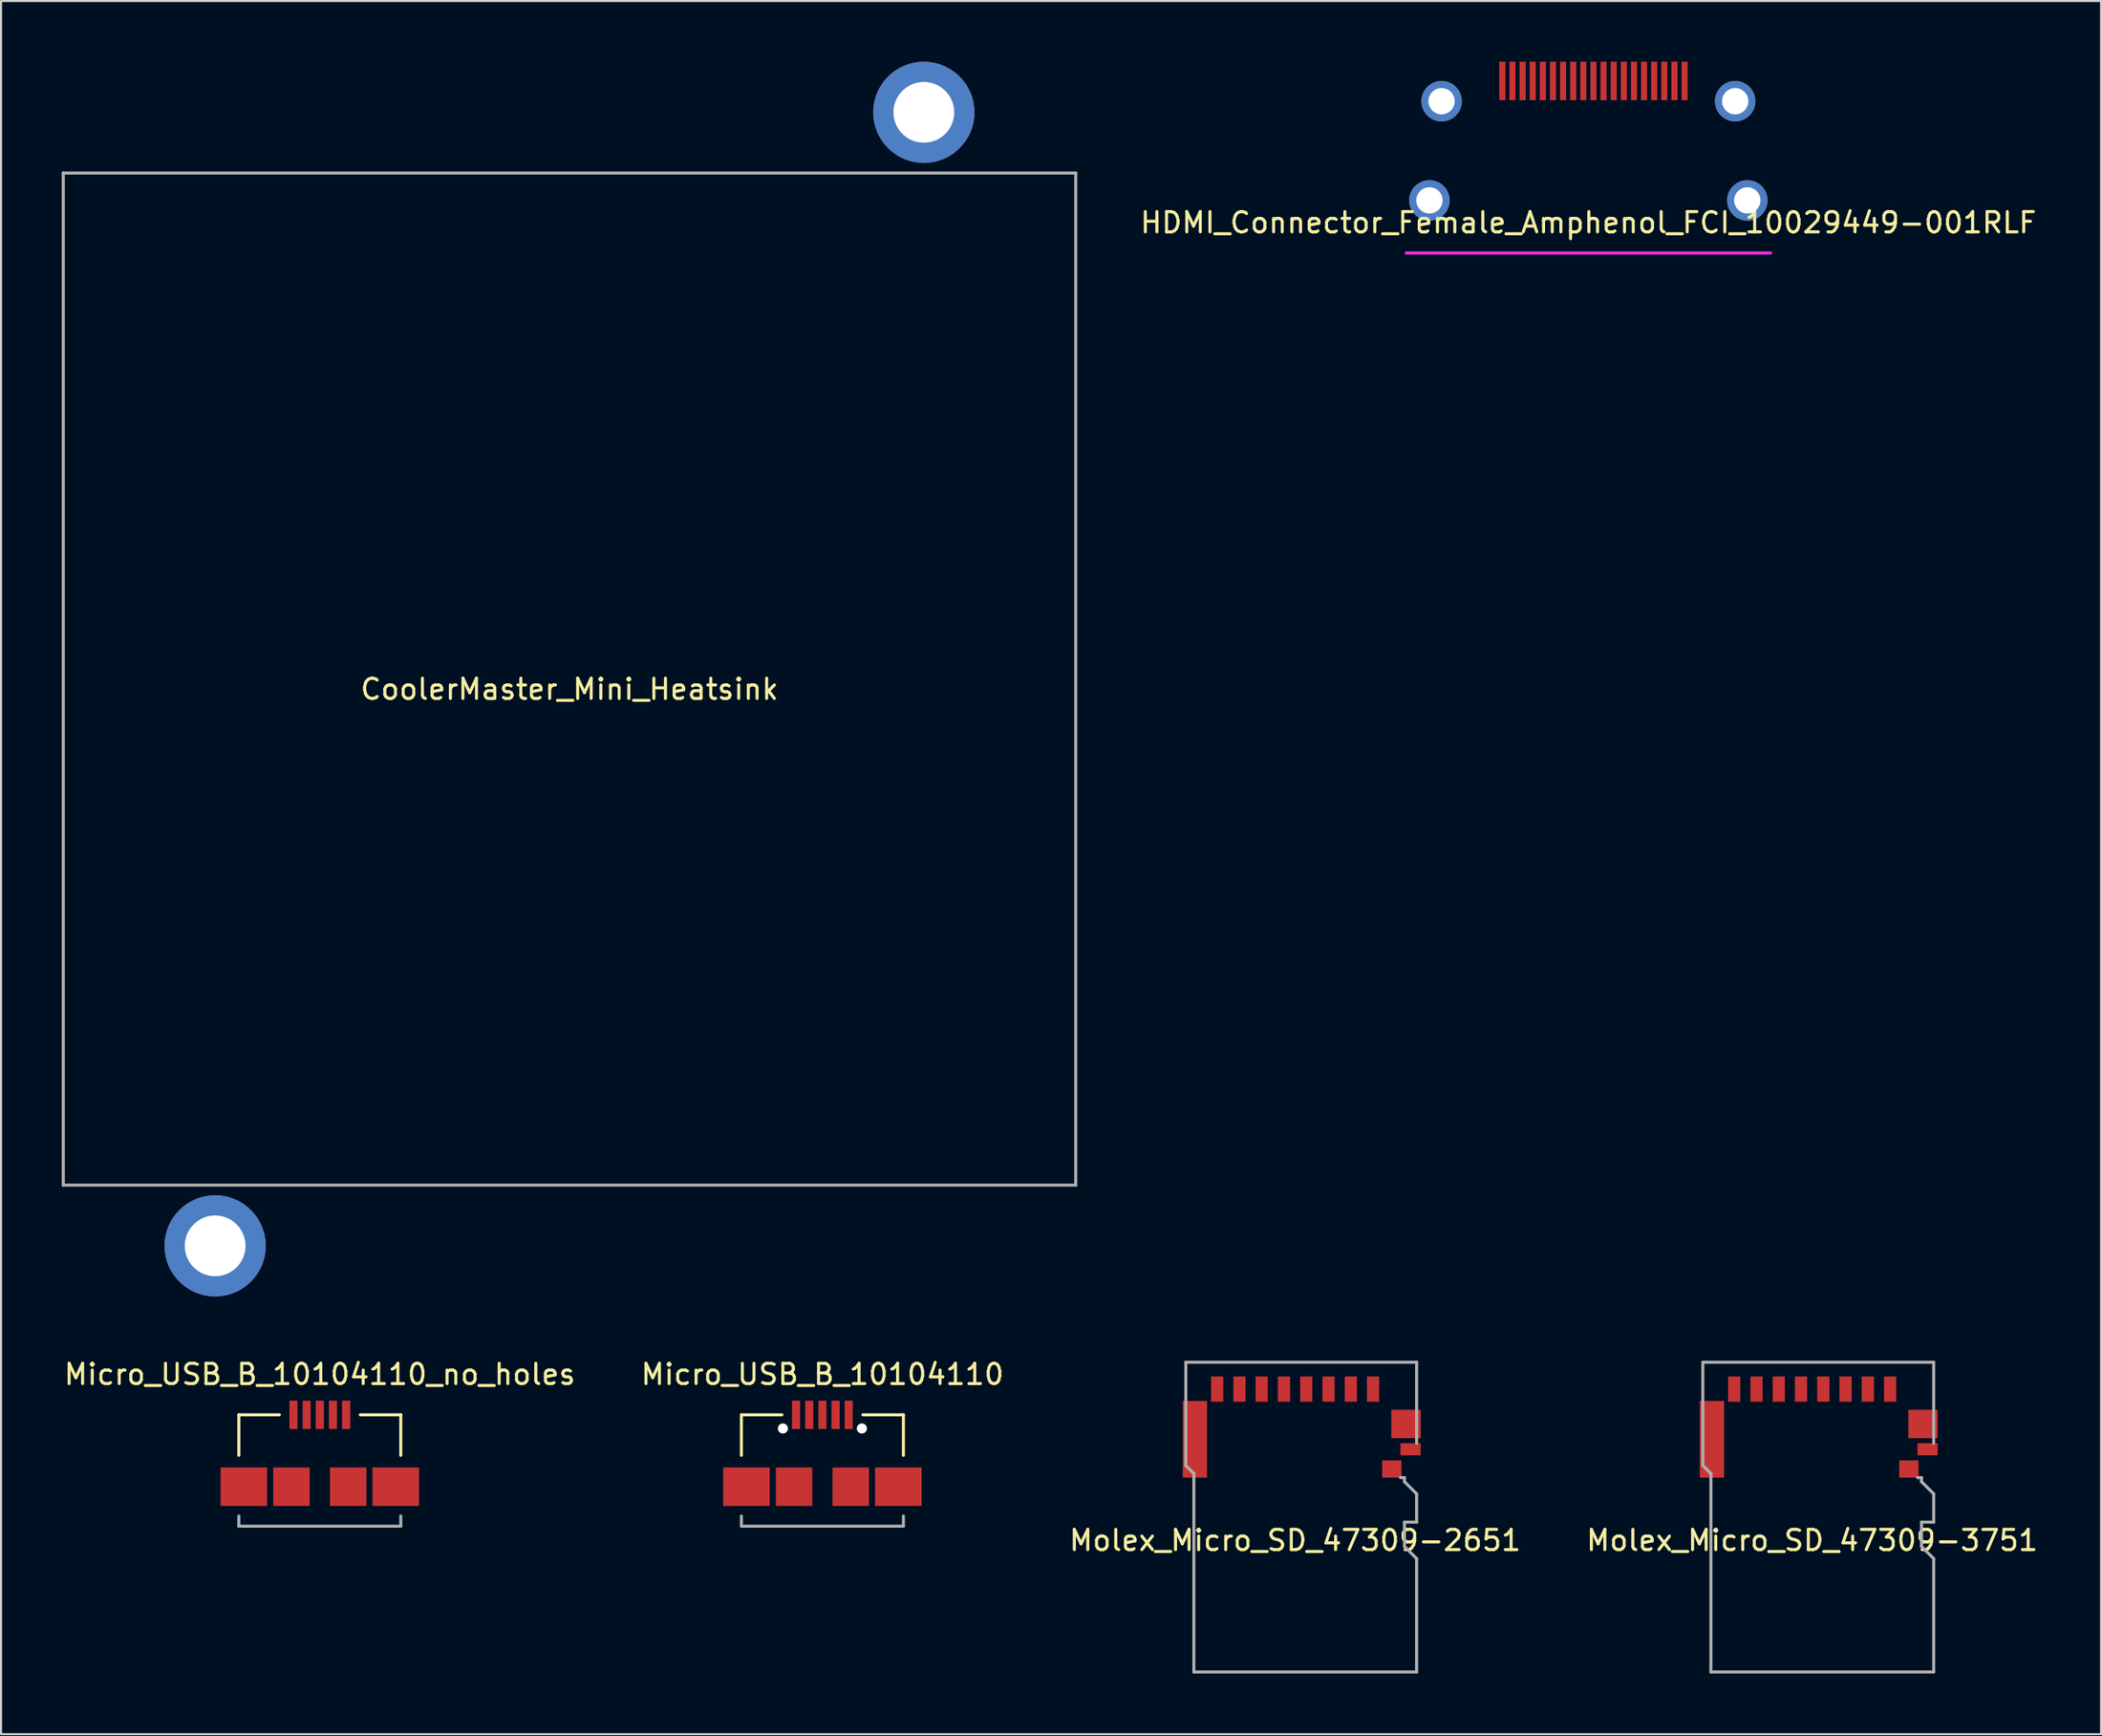
<source format=kicad_pcb>
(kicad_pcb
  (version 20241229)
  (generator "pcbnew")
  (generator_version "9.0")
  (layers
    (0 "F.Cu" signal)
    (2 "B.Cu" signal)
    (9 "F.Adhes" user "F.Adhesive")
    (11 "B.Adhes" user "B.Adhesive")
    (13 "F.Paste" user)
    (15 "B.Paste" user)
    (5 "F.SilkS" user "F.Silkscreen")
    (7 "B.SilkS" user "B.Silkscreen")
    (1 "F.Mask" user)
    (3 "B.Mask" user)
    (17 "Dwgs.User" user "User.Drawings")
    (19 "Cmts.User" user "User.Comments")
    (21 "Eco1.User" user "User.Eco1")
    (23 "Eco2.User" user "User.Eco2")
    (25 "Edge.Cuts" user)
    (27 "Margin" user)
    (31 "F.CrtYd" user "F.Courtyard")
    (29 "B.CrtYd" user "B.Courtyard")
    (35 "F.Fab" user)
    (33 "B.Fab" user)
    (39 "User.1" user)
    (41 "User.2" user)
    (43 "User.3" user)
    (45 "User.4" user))
  (footprint "Molex_Micro_SD_47309-2651"
    (layer "F.Cu")
    (at 60.911 64.25)
    (property "Reference" "Molex_Micro_SD_47309-2651" (at 0 8.8 0) (layer "F.SilkS") (effects (font (size 1 1) (thickness 0.15))))
    (attr through_hole)
    (fp_line (start -5.4 0) (end -5.4 5.1) (stroke (width 0.15) (type solid)) (layer "F.Fab"))
    (fp_line (start -5.4 5.1) (end -5 5.5) (stroke (width 0.15) (type solid)) (layer "F.Fab"))
    (fp_line (start -5 15.3) (end -5 5.5) (stroke (width 0.15) (type solid)) (layer "F.Fab"))
    (fp_line (start -5 15.3) (end 6 15.3) (stroke (width 0.15) (type solid)) (layer "F.Fab"))
    (fp_line (start 5.2 5.7) (end 5.4 5.7) (stroke (width 0.15) (type solid)) (layer "F.Fab"))
    (fp_line (start 5.4 5.7) (end 5.4 5.9) (stroke (width 0.15) (type solid)) (layer "F.Fab"))
    (fp_line (start 5.4 5.9) (end 6 6.5) (stroke (width 0.15) (type solid)) (layer "F.Fab"))
    (fp_line (start 5.4 7.9) (end 5.4 9.1) (stroke (width 0.15) (type solid)) (layer "F.Fab"))
    (fp_line (start 5.4 9.1) (end 6 9.7) (stroke (width 0.15) (type solid)) (layer "F.Fab"))
    (fp_line (start 6 0) (end -5.4 0) (stroke (width 0.15) (type solid)) (layer "F.Fab"))
    (fp_line (start 6 0) (end 6 4) (stroke (width 0.15) (type solid)) (layer "F.Fab"))
    (fp_line (start 6 6.5) (end 6 7.9) (stroke (width 0.15) (type solid)) (layer "F.Fab"))
    (fp_line (start 6 7.9) (end 5.4 7.9) (stroke (width 0.15) (type solid)) (layer "F.Fab"))
    (fp_line (start 6 9.7) (end 6 15.3) (stroke (width 0.15) (type solid)) (layer "F.Fab"))
    (pad "1" smd rect (at 3.85 1.325) (size 0.6 1.25) (layers "F.Cu" "F.Mask" "F.Paste"))
    (pad "2" smd rect (at 2.75 1.325) (size 0.6 1.25) (layers "F.Cu" "F.Mask" "F.Paste"))
    (pad "3" smd rect (at 1.65 1.325) (size 0.6 1.25) (layers "F.Cu" "F.Mask" "F.Paste"))
    (pad "4" smd rect (at 0.55 1.325) (size 0.6 1.25) (layers "F.Cu" "F.Mask" "F.Paste"))
    (pad "5" smd rect (at -0.55 1.325) (size 0.6 1.25) (layers "F.Cu" "F.Mask" "F.Paste"))
    (pad "6" smd rect (at -1.65 1.325) (size 0.6 1.25) (layers "F.Cu" "F.Mask" "F.Paste"))
    (pad "7" smd rect (at -2.75 1.325) (size 0.6 1.25) (layers "F.Cu" "F.Mask" "F.Paste"))
    (pad "8" smd rect (at -3.85 1.325) (size 0.6 1.25) (layers "F.Cu" "F.Mask" "F.Paste"))
    (pad "9" smd rect (at -4.95 3.805) (size 1.2 3.79) (layers "F.Cu" "F.Mask" "F.Paste"))
    (pad "10" smd rect (at 5.475 3.05) (size 1.45 1.4) (layers "F.Cu" "F.Mask" "F.Paste"))
    (pad "11" smd rect (at 5.7 4.3) (size 1 0.6) (layers "F.Cu" "F.Mask" "F.Paste"))
    (pad "12" smd rect (at 4.775 5.275) (size 0.95 0.85) (layers "F.Cu" "F.Mask" "F.Paste")))
  (footprint "CoolerMaster_Mini_Heatsink"
    (layer "F.Cu")
    (at 25.075 30.5)
    (property "Reference" "CoolerMaster_Mini_Heatsink" (at 0 0.5 0) (layer "F.SilkS") (effects (font (size 1 1) (thickness 0.15))))
    (attr through_hole)
    (fp_line (start -25 -25) (end 25 -25) (stroke (width 0.15) (type solid)) (layer "F.Fab"))
    (fp_line (start -25 25) (end -25 -25) (stroke (width 0.15) (type solid)) (layer "F.Fab"))
    (fp_line (start 25 -25) (end 25 25) (stroke (width 0.15) (type solid)) (layer "F.Fab"))
    (fp_line (start 25 25) (end -25 25) (stroke (width 0.15) (type solid)) (layer "F.Fab"))
    (pad "1" thru_hole circle (at 17.5 -28) (size 5 5) (drill 3) (layers "*.Cu" "*.Mask"))
    (pad "2" thru_hole circle (at -17.5 28) (size 5 5) (drill 3) (layers "*.Cu" "*.Mask")))
  (footprint "HDMI_Connector_Female_Amphenol_FCI_10029449-001RLF"
    (layer "F.Cu")
    (at 75.394 0.95)
    (property "Reference" "HDMI_Connector_Female_Amphenol_FCI_10029449-001RLF" (at 0 7 0) (layer "F.SilkS") (effects (font (size 1 1) (thickness 0.15))))
    (attr through_hole)
    (fp_line (start -9 8.5) (end 9 8.5) (stroke (width 0.15) (type solid)) (layer "F.CrtYd"))
    (pad "1" smd rect (at 4.75 0) (size 0.3 1.9) (layers "F.Cu" "F.Mask" "F.Paste"))
    (pad "2" smd rect (at 4.25 0) (size 0.3 1.9) (layers "F.Cu" "F.Mask" "F.Paste"))
    (pad "3" smd rect (at 3.75 0) (size 0.3 1.9) (layers "F.Cu" "F.Mask" "F.Paste"))
    (pad "4" smd rect (at 3.25 0) (size 0.3 1.9) (layers "F.Cu" "F.Mask" "F.Paste"))
    (pad "5" smd rect (at 2.75 0) (size 0.3 1.9) (layers "F.Cu" "F.Mask" "F.Paste"))
    (pad "6" smd rect (at 2.25 0) (size 0.3 1.9) (layers "F.Cu" "F.Mask" "F.Paste"))
    (pad "7" smd rect (at 1.75 0) (size 0.3 1.9) (layers "F.Cu" "F.Mask" "F.Paste"))
    (pad "8" smd rect (at 1.25 0) (size 0.3 1.9) (layers "F.Cu" "F.Mask" "F.Paste"))
    (pad "9" smd rect (at 0.75 0) (size 0.3 1.9) (layers "F.Cu" "F.Mask" "F.Paste"))
    (pad "10" smd rect (at 0.25 0) (size 0.3 1.9) (layers "F.Cu" "F.Mask" "F.Paste"))
    (pad "11" smd rect (at -0.25 0) (size 0.3 1.9) (layers "F.Cu" "F.Mask" "F.Paste"))
    (pad "12" smd rect (at -0.75 0) (size 0.3 1.9) (layers "F.Cu" "F.Mask" "F.Paste"))
    (pad "13" smd rect (at -1.25 0) (size 0.3 1.9) (layers "F.Cu" "F.Mask" "F.Paste"))
    (pad "14" smd rect (at -1.75 0) (size 0.3 1.9) (layers "F.Cu" "F.Mask" "F.Paste"))
    (pad "15" smd rect (at -2.25 0) (size 0.3 1.9) (layers "F.Cu" "F.Mask" "F.Paste"))
    (pad "16" smd rect (at -2.75 0) (size 0.3 1.9) (layers "F.Cu" "F.Mask" "F.Paste"))
    (pad "17" smd rect (at -3.25 0) (size 0.3 1.9) (layers "F.Cu" "F.Mask" "F.Paste"))
    (pad "18" smd rect (at -3.75 0) (size 0.3 1.9) (layers "F.Cu" "F.Mask" "F.Paste"))
    (pad "19" smd rect (at -4.25 0) (size 0.3 1.9) (layers "F.Cu" "F.Mask" "F.Paste"))
    (pad "20" thru_hole circle (at -7.25 1) (size 2 2) (drill 1.3) (layers "*.Cu" "*.Mask"))
    (pad "21" thru_hole circle (at 7.25 1) (size 2 2) (drill 1.3) (layers "*.Cu" "*.Mask"))
    (pad "22" thru_hole circle (at -7.85 5.9) (size 2 2) (drill 1.3) (layers "*.Cu" "*.Mask"))
    (pad "23" thru_hole circle (at 7.85 5.9) (size 2 2) (drill 1.3) (layers "*.Cu" "*.Mask")))
  (footprint "Molex_Micro_SD_47309-3751"
    (layer "F.Cu")
    (at 86.446 64.25)
    (property "Reference" "Molex_Micro_SD_47309-3751" (at 0 8.8 0) (layer "F.SilkS") (effects (font (size 1 1) (thickness 0.15))))
    (attr through_hole)
    (fp_line (start -5.4 0) (end -5.4 5.1) (stroke (width 0.15) (type solid)) (layer "F.Fab"))
    (fp_line (start -5.4 5.1) (end -5 5.5) (stroke (width 0.15) (type solid)) (layer "F.Fab"))
    (fp_line (start -5 15.3) (end -5 5.5) (stroke (width 0.15) (type solid)) (layer "F.Fab"))
    (fp_line (start -5 15.3) (end 6 15.3) (stroke (width 0.15) (type solid)) (layer "F.Fab"))
    (fp_line (start 5.2 5.7) (end 5.4 5.7) (stroke (width 0.15) (type solid)) (layer "F.Fab"))
    (fp_line (start 5.4 5.7) (end 5.4 5.9) (stroke (width 0.15) (type solid)) (layer "F.Fab"))
    (fp_line (start 5.4 5.9) (end 6 6.5) (stroke (width 0.15) (type solid)) (layer "F.Fab"))
    (fp_line (start 5.4 7.9) (end 5.4 9.1) (stroke (width 0.15) (type solid)) (layer "F.Fab"))
    (fp_line (start 5.4 9.1) (end 6 9.7) (stroke (width 0.15) (type solid)) (layer "F.Fab"))
    (fp_line (start 6 0) (end -5.4 0) (stroke (width 0.15) (type solid)) (layer "F.Fab"))
    (fp_line (start 6 0) (end 6 4) (stroke (width 0.15) (type solid)) (layer "F.Fab"))
    (fp_line (start 6 6.5) (end 6 7.9) (stroke (width 0.15) (type solid)) (layer "F.Fab"))
    (fp_line (start 6 7.9) (end 5.4 7.9) (stroke (width 0.15) (type solid)) (layer "F.Fab"))
    (fp_line (start 6 9.7) (end 6 15.3) (stroke (width 0.15) (type solid)) (layer "F.Fab"))
    (pad "1" smd rect (at 3.85 1.325) (size 0.6 1.25) (layers "F.Cu" "F.Mask" "F.Paste"))
    (pad "2" smd rect (at 2.75 1.325) (size 0.6 1.25) (layers "F.Cu" "F.Mask" "F.Paste"))
    (pad "3" smd rect (at 1.65 1.325) (size 0.6 1.25) (layers "F.Cu" "F.Mask" "F.Paste"))
    (pad "4" smd rect (at 0.55 1.325) (size 0.6 1.25) (layers "F.Cu" "F.Mask" "F.Paste"))
    (pad "5" smd rect (at -0.55 1.325) (size 0.6 1.25) (layers "F.Cu" "F.Mask" "F.Paste"))
    (pad "6" smd rect (at -1.65 1.325) (size 0.6 1.25) (layers "F.Cu" "F.Mask" "F.Paste"))
    (pad "7" smd rect (at -2.75 1.325) (size 0.6 1.25) (layers "F.Cu" "F.Mask" "F.Paste"))
    (pad "8" smd rect (at -3.85 1.325) (size 0.6 1.25) (layers "F.Cu" "F.Mask" "F.Paste"))
    (pad "9" smd rect (at -4.95 3.805) (size 1.2 3.79) (layers "F.Cu" "F.Mask" "F.Paste"))
    (pad "10" smd rect (at 5.475 3.05) (size 1.45 1.4) (layers "F.Cu" "F.Mask" "F.Paste"))
    (pad "11" smd rect (at 5.7 4.3) (size 1 0.6) (layers "F.Cu" "F.Mask" "F.Paste"))
    (pad "12" smd rect (at 4.775 5.275) (size 0.95 0.85) (layers "F.Cu" "F.Mask" "F.Paste")))
  (footprint "Micro_USB_B_10104110_no_holes"
    (layer "F.Cu")
    (at 12.744 66.848)
    (property "Reference" "Micro_USB_B_10104110_no_holes" (at 0 -2 0) (layer "F.SilkS") (effects (font (size 1 1) (thickness 0.15))))
    (attr through_hole)
    (fp_line (start -4 0) (end -4 2) (stroke (width 0.15) (type solid)) (layer "F.SilkS"))
    (fp_line (start -2 0) (end -4 0) (stroke (width 0.15) (type solid)) (layer "F.SilkS"))
    (fp_line (start 2 0) (end 4 0) (stroke (width 0.15) (type solid)) (layer "F.SilkS"))
    (fp_line (start 4 0) (end 4 2) (stroke (width 0.15) (type solid)) (layer "F.SilkS"))
    (fp_line (start -4 5) (end -4 5.5) (stroke (width 0.15) (type solid)) (layer "F.Fab"))
    (fp_line (start -4 5.5) (end 4 5.5) (stroke (width 0.15) (type solid)) (layer "F.Fab"))
    (fp_line (start 4 5.5) (end 4 5) (stroke (width 0.15) (type solid)) (layer "F.Fab"))
    (pad "1" smd rect (at -1.3 0 180) (size 0.4 1.4) (layers "F.Cu" "F.Mask" "F.Paste"))
    (pad "2" smd rect (at -0.65 0 180) (size 0.4 1.4) (layers "F.Cu" "F.Mask" "F.Paste"))
    (pad "3" smd rect (at 0 0 180) (size 0.4 1.4) (layers "F.Cu" "F.Mask" "F.Paste"))
    (pad "4" smd rect (at 0.65 0 180) (size 0.4 1.4) (layers "F.Cu" "F.Mask" "F.Paste"))
    (pad "5" smd rect (at 1.3 0 180) (size 0.4 1.4) (layers "F.Cu" "F.Mask" "F.Paste"))
    (pad "6" smd rect (at -3.75 3.55 180) (size 2.3 1.9) (layers "F.Cu" "F.Mask" "F.Paste"))
    (pad "6" smd rect (at -1.4 3.55 180) (size 1.8 1.9) (layers "F.Cu" "F.Mask" "F.Paste"))
    (pad "6" smd rect (at 1.4 3.55 180) (size 1.8 1.9) (layers "F.Cu" "F.Mask" "F.Paste"))
    (pad "6" smd rect (at 3.75 3.55 180) (size 2.3 1.9) (layers "F.Cu" "F.Mask" "F.Paste")))
  (footprint "Micro_USB_B_10104110"
    (layer "F.Cu")
    (at 37.565 66.848)
    (property "Reference" "Micro_USB_B_10104110" (at 0 -2 0) (layer "F.SilkS") (effects (font (size 1 1) (thickness 0.15))))
    (attr through_hole)
    (fp_line (start -4 0) (end -4 2) (stroke (width 0.15) (type solid)) (layer "F.SilkS"))
    (fp_line (start -2 0) (end -4 0) (stroke (width 0.15) (type solid)) (layer "F.SilkS"))
    (fp_line (start 2 0) (end 4 0) (stroke (width 0.15) (type solid)) (layer "F.SilkS"))
    (fp_line (start 4 0) (end 4 2) (stroke (width 0.15) (type solid)) (layer "F.SilkS"))
    (fp_line (start -4 5) (end -4 5.5) (stroke (width 0.15) (type solid)) (layer "F.Fab"))
    (fp_line (start -4 5.5) (end 4 5.5) (stroke (width 0.15) (type solid)) (layer "F.Fab"))
    (fp_line (start 4 5.5) (end 4 5) (stroke (width 0.15) (type solid)) (layer "F.Fab"))
    (pad "" np_thru_hole circle (at -1.95 0.675) (size 0.5 0.5) (drill 0.5) (layers "*.Cu" "*.Mask"))
    (pad "" np_thru_hole circle (at 1.95 0.675) (size 0.5 0.5) (drill 0.5) (layers "*.Cu" "*.Mask"))
    (pad "1" smd rect (at -1.3 0 180) (size 0.4 1.4) (layers "F.Cu" "F.Mask" "F.Paste"))
    (pad "2" smd rect (at -0.65 0 180) (size 0.4 1.4) (layers "F.Cu" "F.Mask" "F.Paste"))
    (pad "3" smd rect (at 0 0 180) (size 0.4 1.4) (layers "F.Cu" "F.Mask" "F.Paste"))
    (pad "4" smd rect (at 0.65 0 180) (size 0.4 1.4) (layers "F.Cu" "F.Mask" "F.Paste"))
    (pad "5" smd rect (at 1.3 0 180) (size 0.4 1.4) (layers "F.Cu" "F.Mask" "F.Paste"))
    (pad "6" smd rect (at -3.75 3.55 180) (size 2.3 1.9) (layers "F.Cu" "F.Mask" "F.Paste"))
    (pad "6" smd rect (at -1.4 3.55 180) (size 1.8 1.9) (layers "F.Cu" "F.Mask" "F.Paste"))
    (pad "6" smd rect (at 1.4 3.55 180) (size 1.8 1.9) (layers "F.Cu" "F.Mask" "F.Paste"))
    (pad "6" smd rect (at 3.75 3.55 180) (size 2.3 1.9) (layers "F.Cu" "F.Mask" "F.Paste")))
  (gr_rect
    (start -3 -3)
    (end 100.714 82.625)
    (stroke (width 0.1) (type default))
    (fill no)
    (layer "Edge.Cuts")))
</source>
